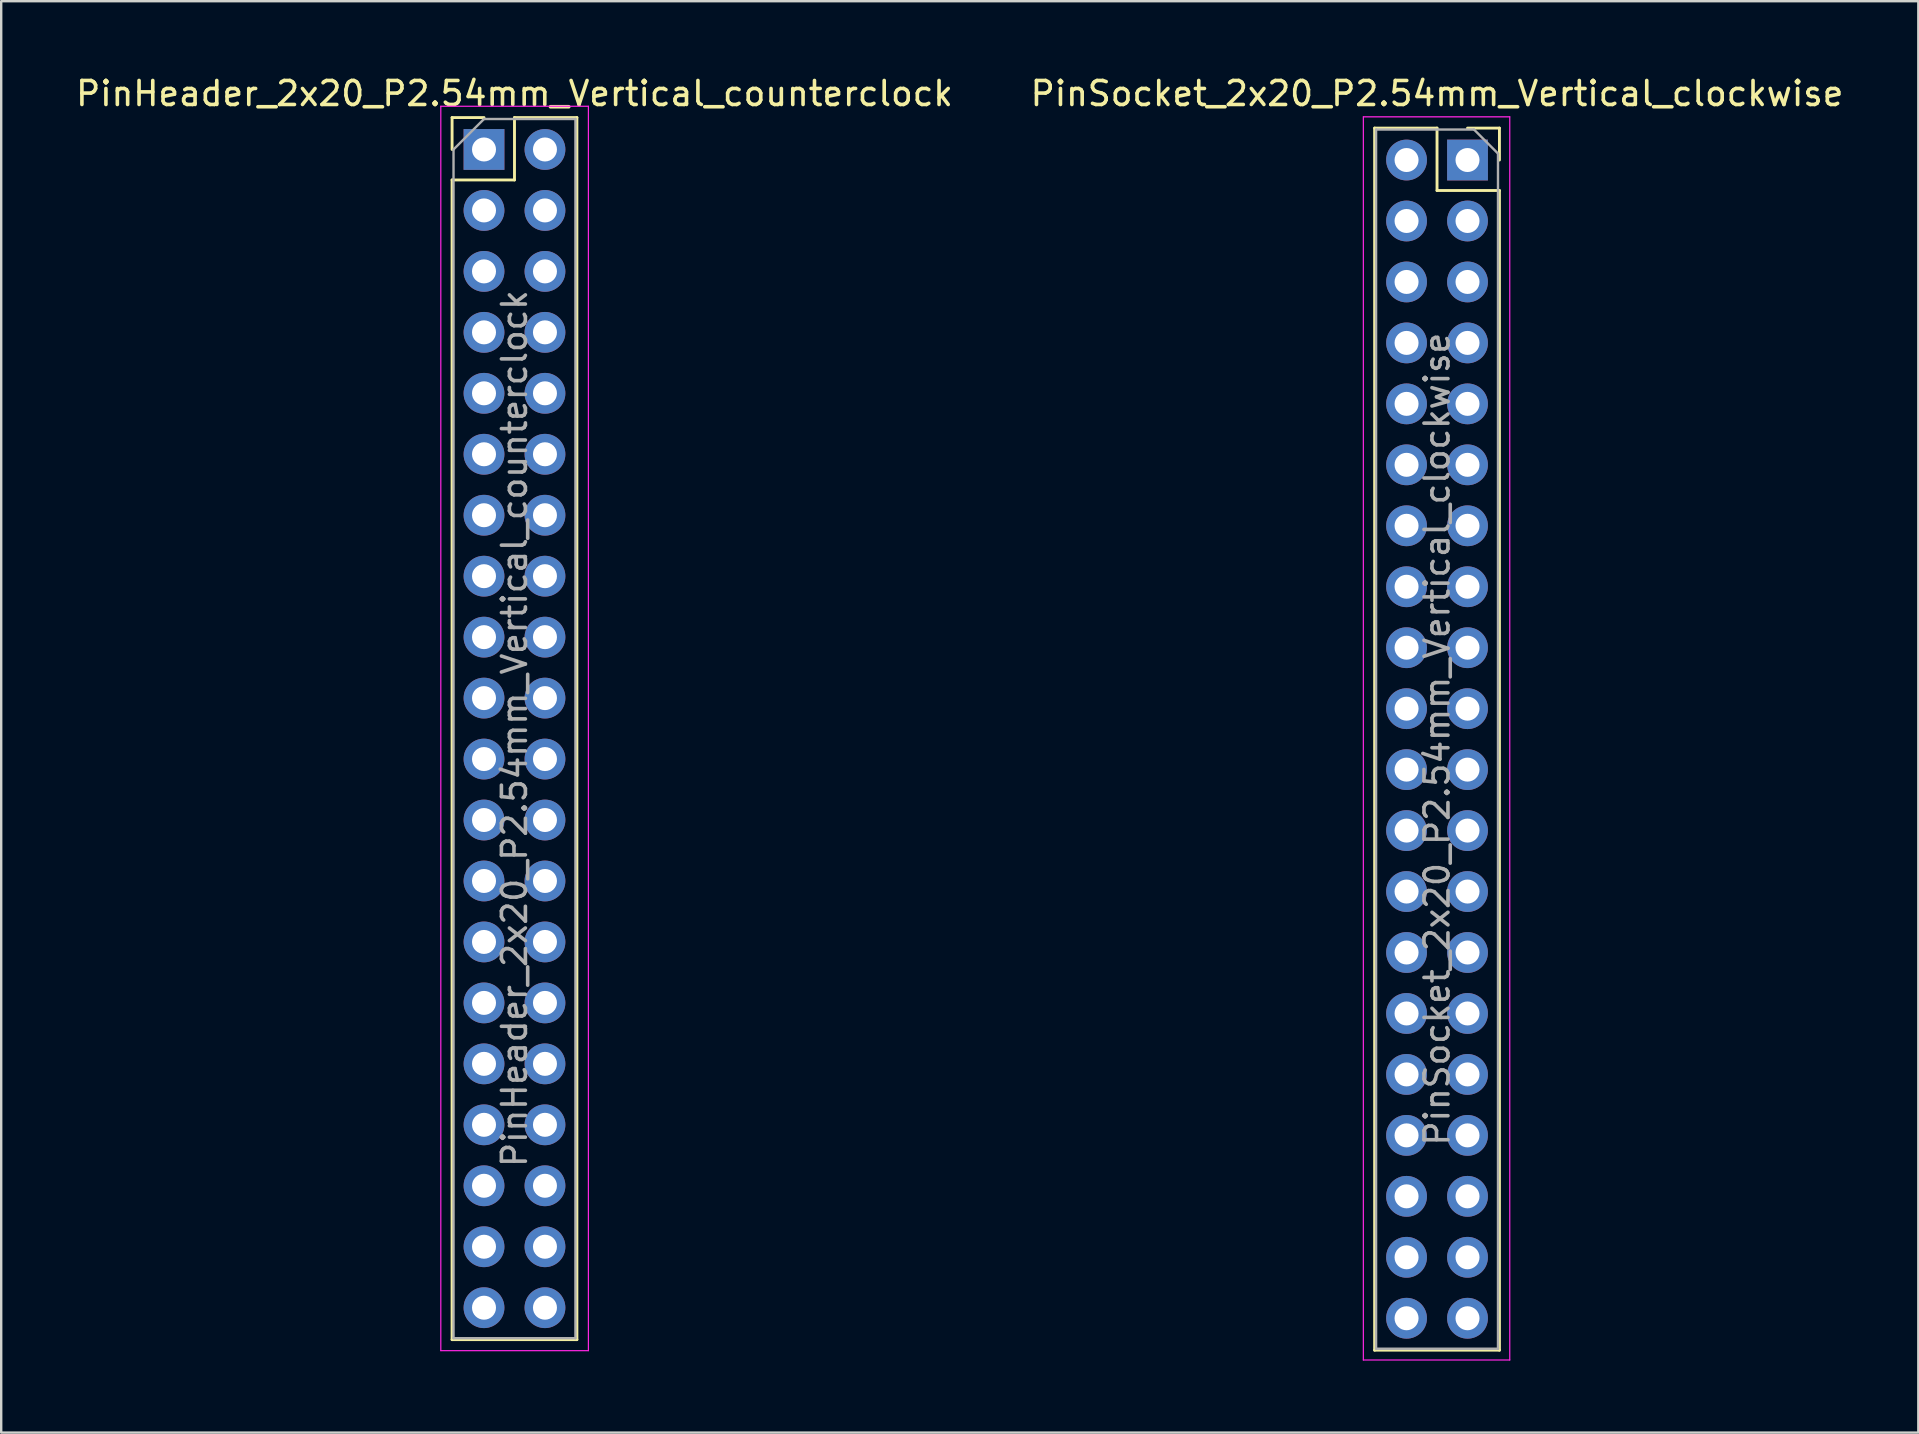
<source format=kicad_pcb>
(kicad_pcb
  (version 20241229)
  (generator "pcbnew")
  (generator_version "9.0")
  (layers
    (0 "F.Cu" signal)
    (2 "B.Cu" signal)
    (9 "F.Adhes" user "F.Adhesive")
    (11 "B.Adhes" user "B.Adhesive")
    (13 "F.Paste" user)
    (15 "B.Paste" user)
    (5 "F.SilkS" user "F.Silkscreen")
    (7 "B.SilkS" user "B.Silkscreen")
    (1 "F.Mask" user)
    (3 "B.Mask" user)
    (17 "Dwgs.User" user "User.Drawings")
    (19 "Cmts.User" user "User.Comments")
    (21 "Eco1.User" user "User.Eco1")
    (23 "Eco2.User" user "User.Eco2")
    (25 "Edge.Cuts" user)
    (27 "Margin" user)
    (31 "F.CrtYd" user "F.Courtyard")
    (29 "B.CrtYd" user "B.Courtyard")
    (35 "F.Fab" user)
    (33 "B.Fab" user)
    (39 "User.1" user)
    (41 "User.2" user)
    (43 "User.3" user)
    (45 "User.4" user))
  (footprint "PinHeader_2x20_P2.54mm_Vertical_counterclock"
    (layer "F.Cu")
    (at 17.117 3.178)
    (property "Reference" "PinHeader_2x20_P2.54mm_Vertical_counterclock" (at 1.27 -2.33 0) (layer "F.SilkS") (effects (font (size 1 1) (thickness 0.15))))
    (attr through_hole)
    (fp_line (start -1.33 -1.33) (end 0 -1.33) (stroke (width 0.12) (type solid)) (layer "F.SilkS"))
    (fp_line (start -1.33 0) (end -1.33 -1.33) (stroke (width 0.12) (type solid)) (layer "F.SilkS"))
    (fp_line (start -1.33 1.27) (end -1.33 49.59) (stroke (width 0.12) (type solid)) (layer "F.SilkS"))
    (fp_line (start -1.33 1.27) (end 1.27 1.27) (stroke (width 0.12) (type solid)) (layer "F.SilkS"))
    (fp_line (start -1.33 49.59) (end 3.87 49.59) (stroke (width 0.12) (type solid)) (layer "F.SilkS"))
    (fp_line (start 1.27 -1.33) (end 3.87 -1.33) (stroke (width 0.12) (type solid)) (layer "F.SilkS"))
    (fp_line (start 1.27 1.27) (end 1.27 -1.33) (stroke (width 0.12) (type solid)) (layer "F.SilkS"))
    (fp_line (start 3.87 -1.33) (end 3.87 49.59) (stroke (width 0.12) (type solid)) (layer "F.SilkS"))
    (fp_line (start -1.8 -1.8) (end -1.8 50.05) (stroke (width 0.05) (type solid)) (layer "F.CrtYd"))
    (fp_line (start -1.8 50.05) (end 4.35 50.05) (stroke (width 0.05) (type solid)) (layer "F.CrtYd"))
    (fp_line (start 4.35 -1.8) (end -1.8 -1.8) (stroke (width 0.05) (type solid)) (layer "F.CrtYd"))
    (fp_line (start 4.35 50.05) (end 4.35 -1.8) (stroke (width 0.05) (type solid)) (layer "F.CrtYd"))
    (fp_line (start -1.27 0) (end 0 -1.27) (stroke (width 0.1) (type solid)) (layer "F.Fab"))
    (fp_line (start -1.27 49.53) (end -1.27 0) (stroke (width 0.1) (type solid)) (layer "F.Fab"))
    (fp_line (start 0 -1.27) (end 3.81 -1.27) (stroke (width 0.1) (type solid)) (layer "F.Fab"))
    (fp_line (start 3.81 -1.27) (end 3.81 49.53) (stroke (width 0.1) (type solid)) (layer "F.Fab"))
    (fp_line (start 3.81 49.53) (end -1.27 49.53) (stroke (width 0.1) (type solid)) (layer "F.Fab"))
    (fp_text user "${REFERENCE}" (at 1.27 24.13 90) (layer "F.Fab") (effects (font (size 1 1) (thickness 0.15))))
    (pad "1" thru_hole rect (at 0 0) (size 1.7 1.7) (drill 1) (layers "*.Cu" "*.Mask"))
    (pad "2" thru_hole oval (at 0 2.54) (size 1.7 1.7) (drill 1) (layers "*.Cu" "*.Mask"))
    (pad "3" thru_hole oval (at 0 5.08) (size 1.7 1.7) (drill 1) (layers "*.Cu" "*.Mask"))
    (pad "4" thru_hole oval (at 0 7.62) (size 1.7 1.7) (drill 1) (layers "*.Cu" "*.Mask"))
    (pad "5" thru_hole oval (at 0 10.16) (size 1.7 1.7) (drill 1) (layers "*.Cu" "*.Mask"))
    (pad "6" thru_hole oval (at 0 12.7) (size 1.7 1.7) (drill 1) (layers "*.Cu" "*.Mask"))
    (pad "7" thru_hole oval (at 0 15.24) (size 1.7 1.7) (drill 1) (layers "*.Cu" "*.Mask"))
    (pad "8" thru_hole oval (at 0 17.78) (size 1.7 1.7) (drill 1) (layers "*.Cu" "*.Mask"))
    (pad "9" thru_hole oval (at 0 20.32) (size 1.7 1.7) (drill 1) (layers "*.Cu" "*.Mask"))
    (pad "10" thru_hole oval (at 0 22.86) (size 1.7 1.7) (drill 1) (layers "*.Cu" "*.Mask"))
    (pad "11" thru_hole oval (at 0 25.4) (size 1.7 1.7) (drill 1) (layers "*.Cu" "*.Mask"))
    (pad "12" thru_hole oval (at 0 27.94) (size 1.7 1.7) (drill 1) (layers "*.Cu" "*.Mask"))
    (pad "13" thru_hole oval (at 0 30.48) (size 1.7 1.7) (drill 1) (layers "*.Cu" "*.Mask"))
    (pad "14" thru_hole oval (at 0 33.02) (size 1.7 1.7) (drill 1) (layers "*.Cu" "*.Mask"))
    (pad "15" thru_hole oval (at 0 35.56) (size 1.7 1.7) (drill 1) (layers "*.Cu" "*.Mask"))
    (pad "16" thru_hole oval (at 0 38.1) (size 1.7 1.7) (drill 1) (layers "*.Cu" "*.Mask"))
    (pad "17" thru_hole oval (at 0 40.64) (size 1.7 1.7) (drill 1) (layers "*.Cu" "*.Mask"))
    (pad "18" thru_hole oval (at 0 43.18) (size 1.7 1.7) (drill 1) (layers "*.Cu" "*.Mask"))
    (pad "19" thru_hole oval (at 0 45.72) (size 1.7 1.7) (drill 1) (layers "*.Cu" "*.Mask"))
    (pad "20" thru_hole oval (at 0 48.26) (size 1.7 1.7) (drill 1) (layers "*.Cu" "*.Mask"))
    (pad "21" thru_hole oval (at 2.54 48.26) (size 1.7 1.7) (drill 1) (layers "*.Cu" "*.Mask"))
    (pad "22" thru_hole oval (at 2.54 45.72) (size 1.7 1.7) (drill 1) (layers "*.Cu" "*.Mask"))
    (pad "23" thru_hole oval (at 2.54 43.18) (size 1.7 1.7) (drill 1) (layers "*.Cu" "*.Mask"))
    (pad "24" thru_hole oval (at 2.54 40.64) (size 1.7 1.7) (drill 1) (layers "*.Cu" "*.Mask"))
    (pad "25" thru_hole oval (at 2.54 38.1) (size 1.7 1.7) (drill 1) (layers "*.Cu" "*.Mask"))
    (pad "26" thru_hole oval (at 2.54 35.56) (size 1.7 1.7) (drill 1) (layers "*.Cu" "*.Mask"))
    (pad "27" thru_hole oval (at 2.54 33.02) (size 1.7 1.7) (drill 1) (layers "*.Cu" "*.Mask"))
    (pad "28" thru_hole oval (at 2.54 30.48) (size 1.7 1.7) (drill 1) (layers "*.Cu" "*.Mask"))
    (pad "29" thru_hole oval (at 2.54 27.94) (size 1.7 1.7) (drill 1) (layers "*.Cu" "*.Mask"))
    (pad "30" thru_hole oval (at 2.54 25.4) (size 1.7 1.7) (drill 1) (layers "*.Cu" "*.Mask"))
    (pad "31" thru_hole oval (at 2.54 22.86) (size 1.7 1.7) (drill 1) (layers "*.Cu" "*.Mask"))
    (pad "32" thru_hole oval (at 2.54 20.32) (size 1.7 1.7) (drill 1) (layers "*.Cu" "*.Mask"))
    (pad "33" thru_hole oval (at 2.54 17.78) (size 1.7 1.7) (drill 1) (layers "*.Cu" "*.Mask"))
    (pad "34" thru_hole oval (at 2.54 15.24) (size 1.7 1.7) (drill 1) (layers "*.Cu" "*.Mask"))
    (pad "35" thru_hole oval (at 2.54 12.7) (size 1.7 1.7) (drill 1) (layers "*.Cu" "*.Mask"))
    (pad "36" thru_hole oval (at 2.54 10.16) (size 1.7 1.7) (drill 1) (layers "*.Cu" "*.Mask"))
    (pad "37" thru_hole oval (at 2.54 7.62) (size 1.7 1.7) (drill 1) (layers "*.Cu" "*.Mask"))
    (pad "38" thru_hole oval (at 2.54 5.08) (size 1.7 1.7) (drill 1) (layers "*.Cu" "*.Mask"))
    (pad "39" thru_hole oval (at 2.54 2.54) (size 1.7 1.7) (drill 1) (layers "*.Cu" "*.Mask"))
    (pad "40" thru_hole oval (at 2.54 0) (size 1.7 1.7) (drill 1) (layers "*.Cu" "*.Mask")))
  (footprint "PinSocket_2x20_P2.54mm_Vertical_clockwise"
    (layer "F.Cu")
    (at 58.097 3.618)
    (property "Reference" "PinSocket_2x20_P2.54mm_Vertical_clockwise" (at -1.27 -2.77 0) (layer "F.SilkS") (effects (font (size 1 1) (thickness 0.15))))
    (attr through_hole)
    (fp_line (start -3.87 -1.33) (end -3.87 49.59) (stroke (width 0.12) (type solid)) (layer "F.SilkS"))
    (fp_line (start -3.87 -1.33) (end -1.27 -1.33) (stroke (width 0.12) (type solid)) (layer "F.SilkS"))
    (fp_line (start -3.87 49.59) (end 1.33 49.59) (stroke (width 0.12) (type solid)) (layer "F.SilkS"))
    (fp_line (start -1.27 -1.33) (end -1.27 1.27) (stroke (width 0.12) (type solid)) (layer "F.SilkS"))
    (fp_line (start -1.27 1.27) (end 1.33 1.27) (stroke (width 0.12) (type solid)) (layer "F.SilkS"))
    (fp_line (start 0 -1.33) (end 1.33 -1.33) (stroke (width 0.12) (type solid)) (layer "F.SilkS"))
    (fp_line (start 1.33 -1.33) (end 1.33 0) (stroke (width 0.12) (type solid)) (layer "F.SilkS"))
    (fp_line (start 1.33 1.27) (end 1.33 49.59) (stroke (width 0.12) (type solid)) (layer "F.SilkS"))
    (fp_line (start -4.34 -1.8) (end 1.76 -1.8) (stroke (width 0.05) (type solid)) (layer "F.CrtYd"))
    (fp_line (start -4.34 50) (end -4.34 -1.8) (stroke (width 0.05) (type solid)) (layer "F.CrtYd"))
    (fp_line (start 1.76 -1.8) (end 1.76 50) (stroke (width 0.05) (type solid)) (layer "F.CrtYd"))
    (fp_line (start 1.76 50) (end -4.34 50) (stroke (width 0.05) (type solid)) (layer "F.CrtYd"))
    (fp_line (start -3.81 -1.27) (end 0.27 -1.27) (stroke (width 0.1) (type solid)) (layer "F.Fab"))
    (fp_line (start -3.81 49.53) (end -3.81 -1.27) (stroke (width 0.1) (type solid)) (layer "F.Fab"))
    (fp_line (start 0.27 -1.27) (end 1.27 -0.27) (stroke (width 0.1) (type solid)) (layer "F.Fab"))
    (fp_line (start 1.27 -0.27) (end 1.27 49.53) (stroke (width 0.1) (type solid)) (layer "F.Fab"))
    (fp_line (start 1.27 49.53) (end -3.81 49.53) (stroke (width 0.1) (type solid)) (layer "F.Fab"))
    (fp_text user "${REFERENCE}" (at -1.27 24.13 90) (layer "F.Fab") (effects (font (size 1 1) (thickness 0.15))))
    (pad "1" thru_hole rect (at 0 0) (size 1.7 1.7) (drill 1) (layers "*.Cu" "*.Mask"))
    (pad "2" thru_hole oval (at 0 2.54) (size 1.7 1.7) (drill 1) (layers "*.Cu" "*.Mask"))
    (pad "3" thru_hole oval (at 0 5.08) (size 1.7 1.7) (drill 1) (layers "*.Cu" "*.Mask"))
    (pad "4" thru_hole oval (at 0 7.62) (size 1.7 1.7) (drill 1) (layers "*.Cu" "*.Mask"))
    (pad "5" thru_hole oval (at 0 10.16) (size 1.7 1.7) (drill 1) (layers "*.Cu" "*.Mask"))
    (pad "6" thru_hole oval (at 0 12.7) (size 1.7 1.7) (drill 1) (layers "*.Cu" "*.Mask"))
    (pad "7" thru_hole oval (at 0 15.24) (size 1.7 1.7) (drill 1) (layers "*.Cu" "*.Mask"))
    (pad "8" thru_hole oval (at 0 17.78) (size 1.7 1.7) (drill 1) (layers "*.Cu" "*.Mask"))
    (pad "9" thru_hole oval (at 0 20.32) (size 1.7 1.7) (drill 1) (layers "*.Cu" "*.Mask"))
    (pad "10" thru_hole oval (at 0 22.86) (size 1.7 1.7) (drill 1) (layers "*.Cu" "*.Mask"))
    (pad "11" thru_hole oval (at 0 25.4) (size 1.7 1.7) (drill 1) (layers "*.Cu" "*.Mask"))
    (pad "12" thru_hole oval (at 0 27.94) (size 1.7 1.7) (drill 1) (layers "*.Cu" "*.Mask"))
    (pad "13" thru_hole oval (at 0 30.48) (size 1.7 1.7) (drill 1) (layers "*.Cu" "*.Mask"))
    (pad "14" thru_hole oval (at 0 33.02) (size 1.7 1.7) (drill 1) (layers "*.Cu" "*.Mask"))
    (pad "15" thru_hole oval (at 0 35.56) (size 1.7 1.7) (drill 1) (layers "*.Cu" "*.Mask"))
    (pad "16" thru_hole oval (at 0 38.1) (size 1.7 1.7) (drill 1) (layers "*.Cu" "*.Mask"))
    (pad "17" thru_hole oval (at 0 40.64) (size 1.7 1.7) (drill 1) (layers "*.Cu" "*.Mask"))
    (pad "18" thru_hole oval (at 0 43.18) (size 1.7 1.7) (drill 1) (layers "*.Cu" "*.Mask"))
    (pad "19" thru_hole oval (at 0 45.72) (size 1.7 1.7) (drill 1) (layers "*.Cu" "*.Mask"))
    (pad "20" thru_hole oval (at 0 48.26) (size 1.7 1.7) (drill 1) (layers "*.Cu" "*.Mask"))
    (pad "21" thru_hole oval (at -2.54 48.26) (size 1.7 1.7) (drill 1) (layers "*.Cu" "*.Mask"))
    (pad "22" thru_hole oval (at -2.54 45.72) (size 1.7 1.7) (drill 1) (layers "*.Cu" "*.Mask"))
    (pad "23" thru_hole oval (at -2.54 43.18) (size 1.7 1.7) (drill 1) (layers "*.Cu" "*.Mask"))
    (pad "24" thru_hole oval (at -2.54 40.64) (size 1.7 1.7) (drill 1) (layers "*.Cu" "*.Mask"))
    (pad "25" thru_hole oval (at -2.54 38.1) (size 1.7 1.7) (drill 1) (layers "*.Cu" "*.Mask"))
    (pad "26" thru_hole oval (at -2.54 35.56) (size 1.7 1.7) (drill 1) (layers "*.Cu" "*.Mask"))
    (pad "27" thru_hole oval (at -2.54 33.02) (size 1.7 1.7) (drill 1) (layers "*.Cu" "*.Mask"))
    (pad "28" thru_hole oval (at -2.54 30.48) (size 1.7 1.7) (drill 1) (layers "*.Cu" "*.Mask"))
    (pad "29" thru_hole oval (at -2.54 27.94) (size 1.7 1.7) (drill 1) (layers "*.Cu" "*.Mask"))
    (pad "30" thru_hole oval (at -2.54 25.4) (size 1.7 1.7) (drill 1) (layers "*.Cu" "*.Mask"))
    (pad "31" thru_hole oval (at -2.54 22.86) (size 1.7 1.7) (drill 1) (layers "*.Cu" "*.Mask"))
    (pad "32" thru_hole oval (at -2.54 20.32) (size 1.7 1.7) (drill 1) (layers "*.Cu" "*.Mask"))
    (pad "33" thru_hole oval (at -2.54 17.78) (size 1.7 1.7) (drill 1) (layers "*.Cu" "*.Mask"))
    (pad "34" thru_hole oval (at -2.54 15.24) (size 1.7 1.7) (drill 1) (layers "*.Cu" "*.Mask"))
    (pad "35" thru_hole oval (at -2.54 12.7) (size 1.7 1.7) (drill 1) (layers "*.Cu" "*.Mask"))
    (pad "36" thru_hole oval (at -2.54 10.16) (size 1.7 1.7) (drill 1) (layers "*.Cu" "*.Mask"))
    (pad "37" thru_hole oval (at -2.54 7.62) (size 1.7 1.7) (drill 1) (layers "*.Cu" "*.Mask"))
    (pad "38" thru_hole oval (at -2.54 5.08) (size 1.7 1.7) (drill 1) (layers "*.Cu" "*.Mask"))
    (pad "39" thru_hole oval (at -2.54 2.54) (size 1.7 1.7) (drill 1) (layers "*.Cu" "*.Mask"))
    (pad "40" thru_hole oval (at -2.54 0) (size 1.7 1.7) (drill 1) (layers "*.Cu" "*.Mask")))
  (gr_rect
    (start -3 -3)
    (end 76.881 56.643)
    (stroke (width 0.1) (type default))
    (fill no)
    (layer "Edge.Cuts")))
</source>
